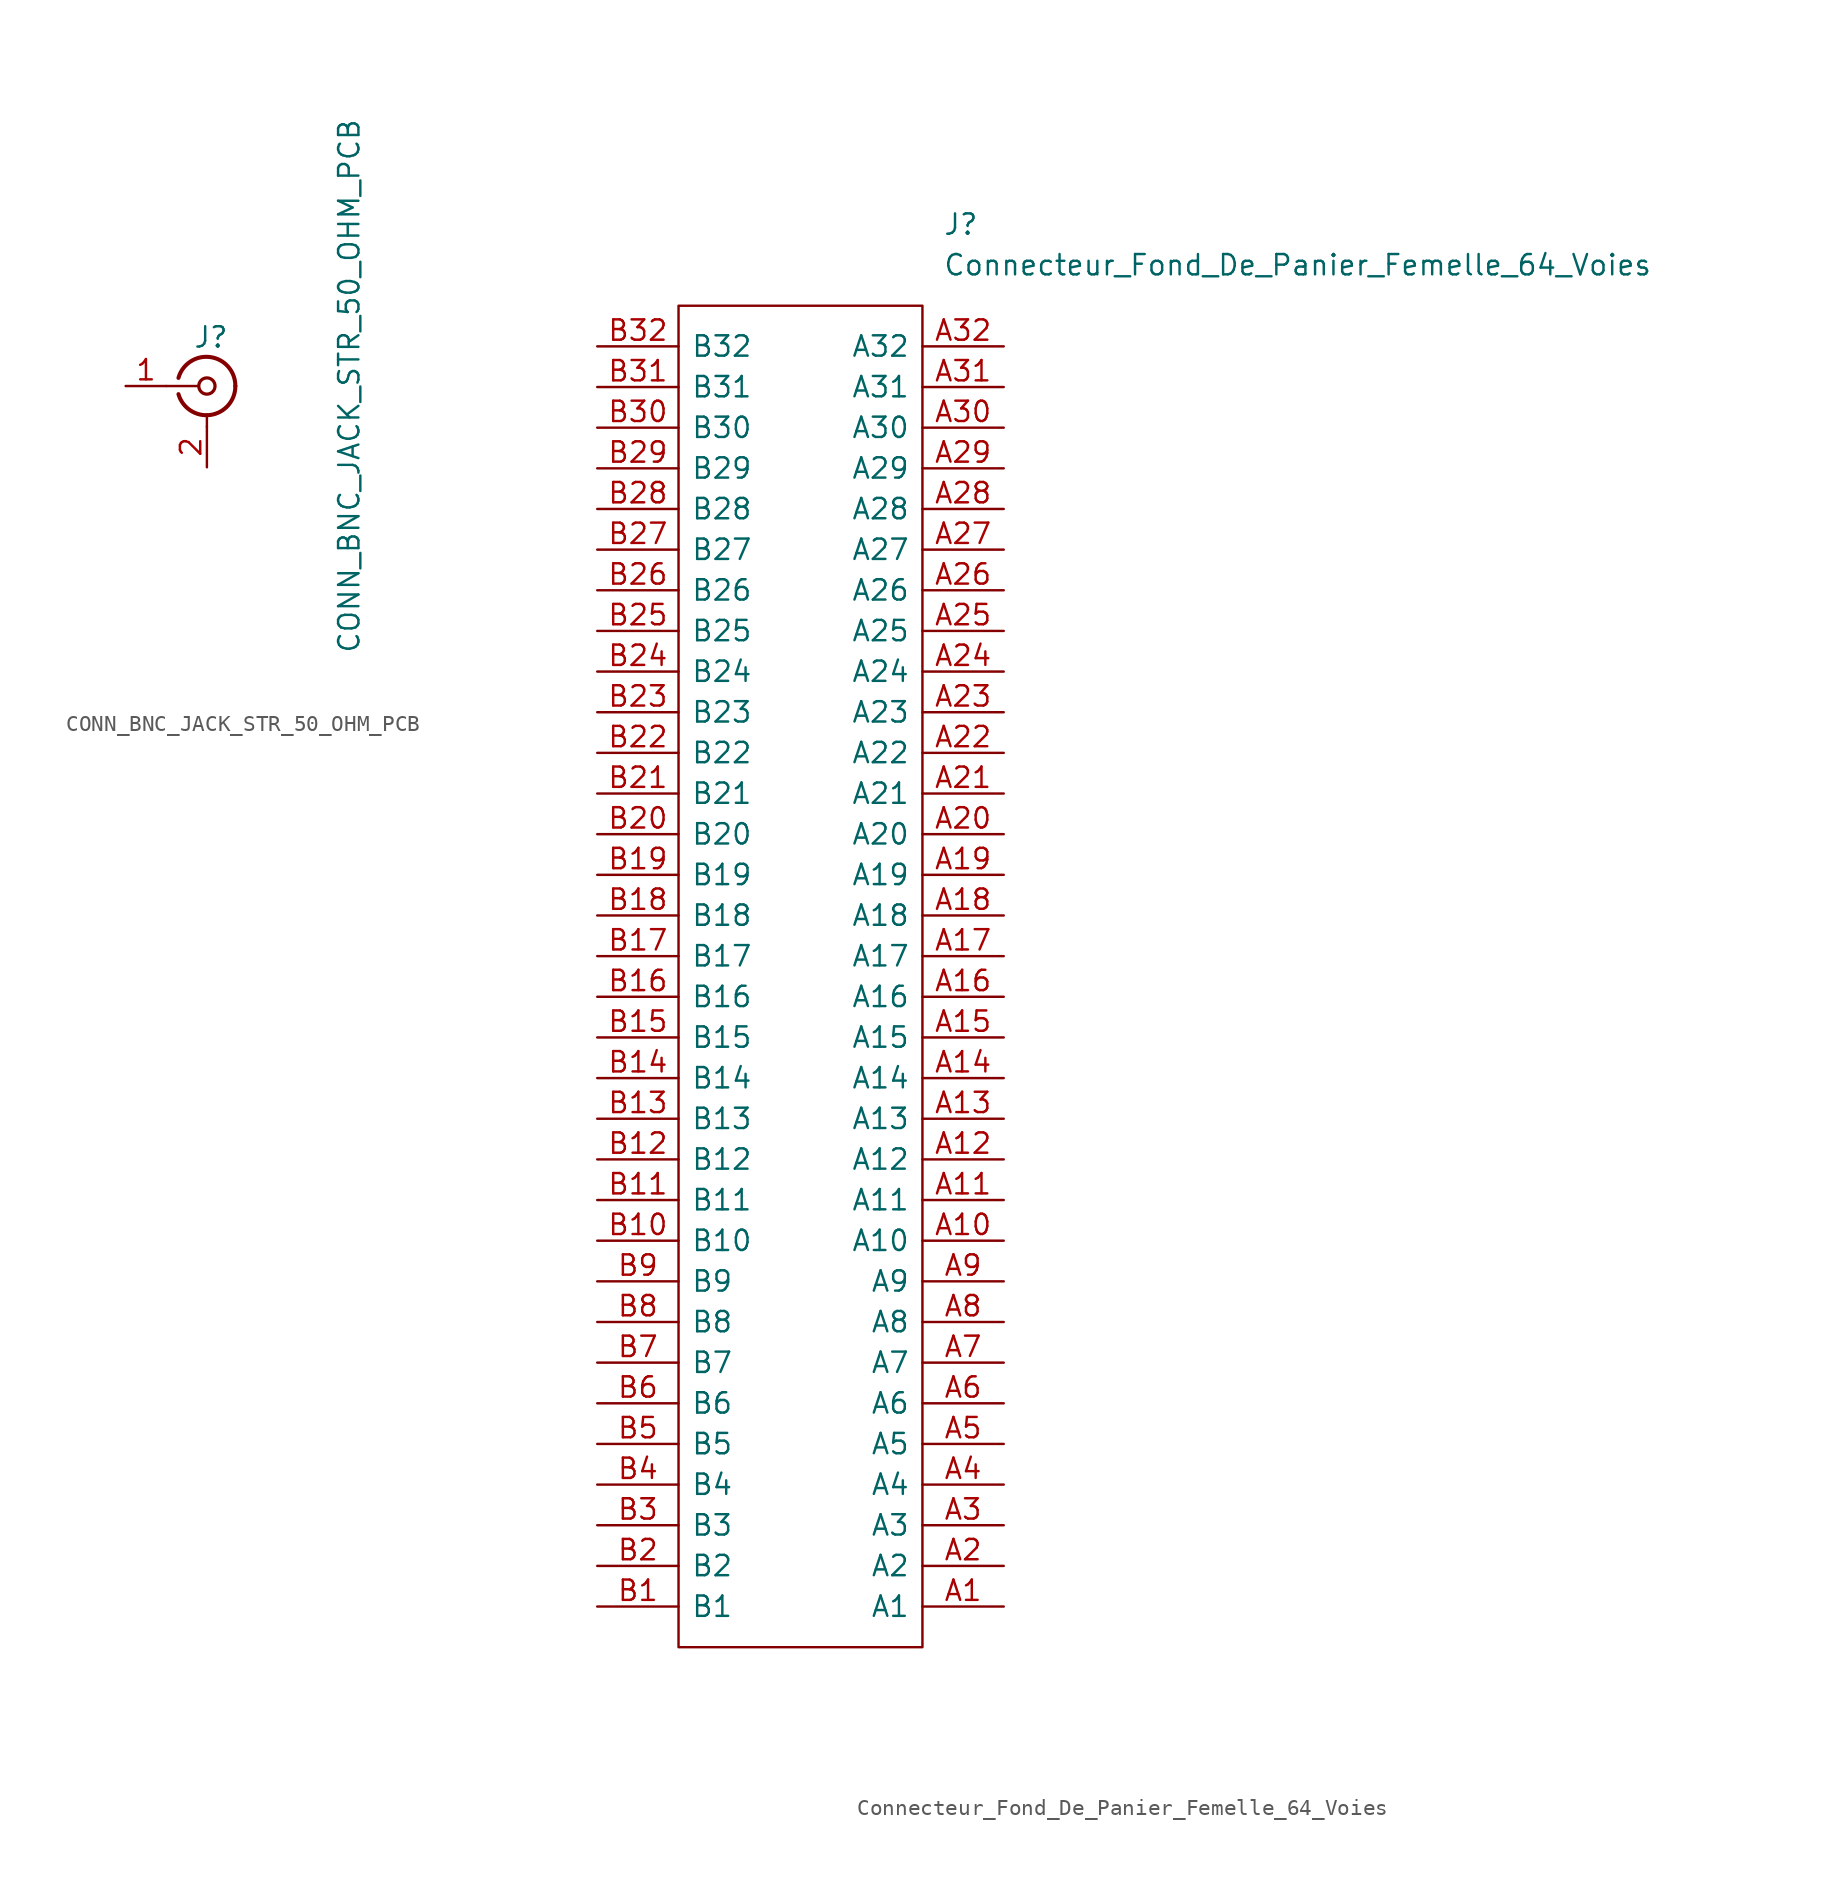
<source format=kicad_sym>
(kicad_symbol_lib
  (version 20211014)
  (generator kicad_symbol_editor)
  (symbol "CONN_BNC_JACK_STR_50_OHM_PCB"
    (pin_names
      (offset 1.016) hide)
    (property "Reference" "J"
      (at 0.254 3.048 0)
      (effects (font (size 1.27 1.27))))
    (property "Value" "CONN_BNC_JACK_STR_50_OHM_PCB"
      (at 8.89 0 90)
      (effects (font (size 1.27 1.27))))
    (symbol "CONN_BNC_JACK_STR_50_OHM_PCB_0_1"
      (arc (start -1.778 -0.508) (mid 0.2311 -1.8066) (end 1.778 0) (stroke (width 0.254) (type default) (color 0 0 0 0)) (fill (type none)))
      (polyline (pts (xy -2.54 0) (xy -0.508 0)) (stroke (width 0) (type default) (color 0 0 0 0)) (fill (type none)))
      (polyline (pts (xy 0 -2.54) (xy 0 -1.778)) (stroke (width 0) (type default) (color 0 0 0 0)) (fill (type none)))
      (circle (center 0 0) (radius 0.508) (stroke (width 0.203) (type default) (color 0 0 0 0)) (fill (type none)))
      (arc (start 1.778 0) (mid 0.2099 1.8101) (end -1.778 0.508) (stroke (width 0.254) (type default) (color 0 0 0 0)) (fill (type none))))
    (symbol "CONN_BNC_JACK_STR_50_OHM_PCB_1_1"
      (pin passive line (at -5.08 0 0) (length 2.54) (name "In" (effects (font (size 1.27 1.27)))) (number "1" (effects (font (size 1.27 1.27)))))
      (pin passive line (at 0 -5.08 90) (length 2.54) (name "Ext" (effects (font (size 1.27 1.27)))) (number "2" (effects (font (size 1.27 1.27)))))))
  (symbol "Connecteur_Fond_De_Panier_Femelle_64_Voies"
    (pin_names
      (offset 0.762))
    (property "Reference" "J"
      (at 21.59 7.62 0)
      (effects (font (size 1.27 1.27)) (justify left)))
    (property "Value" "Connecteur_Fond_De_Panier_Femelle_64_Voies"
      (at 21.59 5.08 0)
      (effects (font (size 1.27 1.27)) (justify left)))
    (symbol "Connecteur_Fond_De_Panier_Femelle_64_Voies_0_0"
      (pin passive line (at 25.4 -78.74 180) (length 5.08) (name "A1" (effects (font (size 1.27 1.27)))) (number "A1" (effects (font (size 1.27 1.27)))))
      (pin passive line (at 25.4 -55.88 180) (length 5.08) (name "A10" (effects (font (size 1.27 1.27)))) (number "A10" (effects (font (size 1.27 1.27)))))
      (pin passive line (at 25.4 -53.34 180) (length 5.08) (name "A11" (effects (font (size 1.27 1.27)))) (number "A11" (effects (font (size 1.27 1.27)))))
      (pin passive line (at 25.4 -50.8 180) (length 5.08) (name "A12" (effects (font (size 1.27 1.27)))) (number "A12" (effects (font (size 1.27 1.27)))))
      (pin passive line (at 25.4 -48.26 180) (length 5.08) (name "A13" (effects (font (size 1.27 1.27)))) (number "A13" (effects (font (size 1.27 1.27)))))
      (pin passive line (at 25.4 -45.72 180) (length 5.08) (name "A14" (effects (font (size 1.27 1.27)))) (number "A14" (effects (font (size 1.27 1.27)))))
      (pin passive line (at 25.4 -43.18 180) (length 5.08) (name "A15" (effects (font (size 1.27 1.27)))) (number "A15" (effects (font (size 1.27 1.27)))))
      (pin passive line (at 25.4 -40.64 180) (length 5.08) (name "A16" (effects (font (size 1.27 1.27)))) (number "A16" (effects (font (size 1.27 1.27)))))
      (pin passive line (at 25.4 -38.1 180) (length 5.08) (name "A17" (effects (font (size 1.27 1.27)))) (number "A17" (effects (font (size 1.27 1.27)))))
      (pin passive line (at 25.4 -35.56 180) (length 5.08) (name "A18" (effects (font (size 1.27 1.27)))) (number "A18" (effects (font (size 1.27 1.27)))))
      (pin passive line (at 25.4 -33.02 180) (length 5.08) (name "A19" (effects (font (size 1.27 1.27)))) (number "A19" (effects (font (size 1.27 1.27)))))
      (pin passive line (at 25.4 -76.2 180) (length 5.08) (name "A2" (effects (font (size 1.27 1.27)))) (number "A2" (effects (font (size 1.27 1.27)))))
      (pin passive line (at 25.4 -30.48 180) (length 5.08) (name "A20" (effects (font (size 1.27 1.27)))) (number "A20" (effects (font (size 1.27 1.27)))))
      (pin passive line (at 25.4 -27.94 180) (length 5.08) (name "A21" (effects (font (size 1.27 1.27)))) (number "A21" (effects (font (size 1.27 1.27)))))
      (pin passive line (at 25.4 -25.4 180) (length 5.08) (name "A22" (effects (font (size 1.27 1.27)))) (number "A22" (effects (font (size 1.27 1.27)))))
      (pin passive line (at 25.4 -22.86 180) (length 5.08) (name "A23" (effects (font (size 1.27 1.27)))) (number "A23" (effects (font (size 1.27 1.27)))))
      (pin passive line (at 25.4 -20.32 180) (length 5.08) (name "A24" (effects (font (size 1.27 1.27)))) (number "A24" (effects (font (size 1.27 1.27)))))
      (pin passive line (at 25.4 -17.78 180) (length 5.08) (name "A25" (effects (font (size 1.27 1.27)))) (number "A25" (effects (font (size 1.27 1.27)))))
      (pin passive line (at 25.4 -15.24 180) (length 5.08) (name "A26" (effects (font (size 1.27 1.27)))) (number "A26" (effects (font (size 1.27 1.27)))))
      (pin passive line (at 25.4 -12.7 180) (length 5.08) (name "A27" (effects (font (size 1.27 1.27)))) (number "A27" (effects (font (size 1.27 1.27)))))
      (pin passive line (at 25.4 -10.16 180) (length 5.08) (name "A28" (effects (font (size 1.27 1.27)))) (number "A28" (effects (font (size 1.27 1.27)))))
      (pin passive line (at 25.4 -7.62 180) (length 5.08) (name "A29" (effects (font (size 1.27 1.27)))) (number "A29" (effects (font (size 1.27 1.27)))))
      (pin passive line (at 25.4 -73.66 180) (length 5.08) (name "A3" (effects (font (size 1.27 1.27)))) (number "A3" (effects (font (size 1.27 1.27)))))
      (pin passive line (at 25.4 -5.08 180) (length 5.08) (name "A30" (effects (font (size 1.27 1.27)))) (number "A30" (effects (font (size 1.27 1.27)))))
      (pin passive line (at 25.4 -2.54 180) (length 5.08) (name "A31" (effects (font (size 1.27 1.27)))) (number "A31" (effects (font (size 1.27 1.27)))))
      (pin passive line (at 25.4 0 180) (length 5.08) (name "A32" (effects (font (size 1.27 1.27)))) (number "A32" (effects (font (size 1.27 1.27)))))
      (pin passive line (at 25.4 -71.12 180) (length 5.08) (name "A4" (effects (font (size 1.27 1.27)))) (number "A4" (effects (font (size 1.27 1.27)))))
      (pin passive line (at 25.4 -68.58 180) (length 5.08) (name "A5" (effects (font (size 1.27 1.27)))) (number "A5" (effects (font (size 1.27 1.27)))))
      (pin passive line (at 25.4 -66.04 180) (length 5.08) (name "A6" (effects (font (size 1.27 1.27)))) (number "A6" (effects (font (size 1.27 1.27)))))
      (pin passive line (at 25.4 -63.5 180) (length 5.08) (name "A7" (effects (font (size 1.27 1.27)))) (number "A7" (effects (font (size 1.27 1.27)))))
      (pin passive line (at 25.4 -60.96 180) (length 5.08) (name "A8" (effects (font (size 1.27 1.27)))) (number "A8" (effects (font (size 1.27 1.27)))))
      (pin passive line (at 25.4 -58.42 180) (length 5.08) (name "A9" (effects (font (size 1.27 1.27)))) (number "A9" (effects (font (size 1.27 1.27)))))
      (pin passive line (at 0 -78.74 0) (length 5.08) (name "B1" (effects (font (size 1.27 1.27)))) (number "B1" (effects (font (size 1.27 1.27)))))
      (pin passive line (at 0 -55.88 0) (length 5.08) (name "B10" (effects (font (size 1.27 1.27)))) (number "B10" (effects (font (size 1.27 1.27)))))
      (pin passive line (at 0 -53.34 0) (length 5.08) (name "B11" (effects (font (size 1.27 1.27)))) (number "B11" (effects (font (size 1.27 1.27)))))
      (pin passive line (at 0 -50.8 0) (length 5.08) (name "B12" (effects (font (size 1.27 1.27)))) (number "B12" (effects (font (size 1.27 1.27)))))
      (pin passive line (at 0 -48.26 0) (length 5.08) (name "B13" (effects (font (size 1.27 1.27)))) (number "B13" (effects (font (size 1.27 1.27)))))
      (pin passive line (at 0 -45.72 0) (length 5.08) (name "B14" (effects (font (size 1.27 1.27)))) (number "B14" (effects (font (size 1.27 1.27)))))
      (pin passive line (at 0 -43.18 0) (length 5.08) (name "B15" (effects (font (size 1.27 1.27)))) (number "B15" (effects (font (size 1.27 1.27)))))
      (pin passive line (at 0 -40.64 0) (length 5.08) (name "B16" (effects (font (size 1.27 1.27)))) (number "B16" (effects (font (size 1.27 1.27)))))
      (pin passive line (at 0 -38.1 0) (length 5.08) (name "B17" (effects (font (size 1.27 1.27)))) (number "B17" (effects (font (size 1.27 1.27)))))
      (pin passive line (at 0 -35.56 0) (length 5.08) (name "B18" (effects (font (size 1.27 1.27)))) (number "B18" (effects (font (size 1.27 1.27)))))
      (pin passive line (at 0 -33.02 0) (length 5.08) (name "B19" (effects (font (size 1.27 1.27)))) (number "B19" (effects (font (size 1.27 1.27)))))
      (pin passive line (at 0 -76.2 0) (length 5.08) (name "B2" (effects (font (size 1.27 1.27)))) (number "B2" (effects (font (size 1.27 1.27)))))
      (pin passive line (at 0 -30.48 0) (length 5.08) (name "B20" (effects (font (size 1.27 1.27)))) (number "B20" (effects (font (size 1.27 1.27)))))
      (pin passive line (at 0 -27.94 0) (length 5.08) (name "B21" (effects (font (size 1.27 1.27)))) (number "B21" (effects (font (size 1.27 1.27)))))
      (pin passive line (at 0 -25.4 0) (length 5.08) (name "B22" (effects (font (size 1.27 1.27)))) (number "B22" (effects (font (size 1.27 1.27)))))
      (pin passive line (at 0 -22.86 0) (length 5.08) (name "B23" (effects (font (size 1.27 1.27)))) (number "B23" (effects (font (size 1.27 1.27)))))
      (pin passive line (at 0 -20.32 0) (length 5.08) (name "B24" (effects (font (size 1.27 1.27)))) (number "B24" (effects (font (size 1.27 1.27)))))
      (pin passive line (at 0 -17.78 0) (length 5.08) (name "B25" (effects (font (size 1.27 1.27)))) (number "B25" (effects (font (size 1.27 1.27)))))
      (pin passive line (at 0 -15.24 0) (length 5.08) (name "B26" (effects (font (size 1.27 1.27)))) (number "B26" (effects (font (size 1.27 1.27)))))
      (pin passive line (at 0 -12.7 0) (length 5.08) (name "B27" (effects (font (size 1.27 1.27)))) (number "B27" (effects (font (size 1.27 1.27)))))
      (pin passive line (at 0 -10.16 0) (length 5.08) (name "B28" (effects (font (size 1.27 1.27)))) (number "B28" (effects (font (size 1.27 1.27)))))
      (pin passive line (at 0 -7.62 0) (length 5.08) (name "B29" (effects (font (size 1.27 1.27)))) (number "B29" (effects (font (size 1.27 1.27)))))
      (pin passive line (at 0 -73.66 0) (length 5.08) (name "B3" (effects (font (size 1.27 1.27)))) (number "B3" (effects (font (size 1.27 1.27)))))
      (pin passive line (at 0 -5.08 0) (length 5.08) (name "B30" (effects (font (size 1.27 1.27)))) (number "B30" (effects (font (size 1.27 1.27)))))
      (pin passive line (at 0 -2.54 0) (length 5.08) (name "B31" (effects (font (size 1.27 1.27)))) (number "B31" (effects (font (size 1.27 1.27)))))
      (pin passive line (at 0 0 0) (length 5.08) (name "B32" (effects (font (size 1.27 1.27)))) (number "B32" (effects (font (size 1.27 1.27)))))
      (pin passive line (at 0 -71.12 0) (length 5.08) (name "B4" (effects (font (size 1.27 1.27)))) (number "B4" (effects (font (size 1.27 1.27)))))
      (pin passive line (at 0 -68.58 0) (length 5.08) (name "B5" (effects (font (size 1.27 1.27)))) (number "B5" (effects (font (size 1.27 1.27)))))
      (pin passive line (at 0 -66.04 0) (length 5.08) (name "B6" (effects (font (size 1.27 1.27)))) (number "B6" (effects (font (size 1.27 1.27)))))
      (pin passive line (at 0 -63.5 0) (length 5.08) (name "B7" (effects (font (size 1.27 1.27)))) (number "B7" (effects (font (size 1.27 1.27)))))
      (pin passive line (at 0 -60.96 0) (length 5.08) (name "B8" (effects (font (size 1.27 1.27)))) (number "B8" (effects (font (size 1.27 1.27)))))
      (pin passive line (at 0 -58.42 0) (length 5.08) (name "B9" (effects (font (size 1.27 1.27)))) (number "B9" (effects (font (size 1.27 1.27))))))
    (symbol "Connecteur_Fond_De_Panier_Femelle_64_Voies_0_1"
      (polyline (pts (xy 5.08 2.54) (xy 20.32 2.54) (xy 20.32 -81.28) (xy 5.08 -81.28) (xy 5.08 2.54)) (stroke (width 0.152) (type default) (color 0 0 0 0)) (fill (type none))))))
</source>
